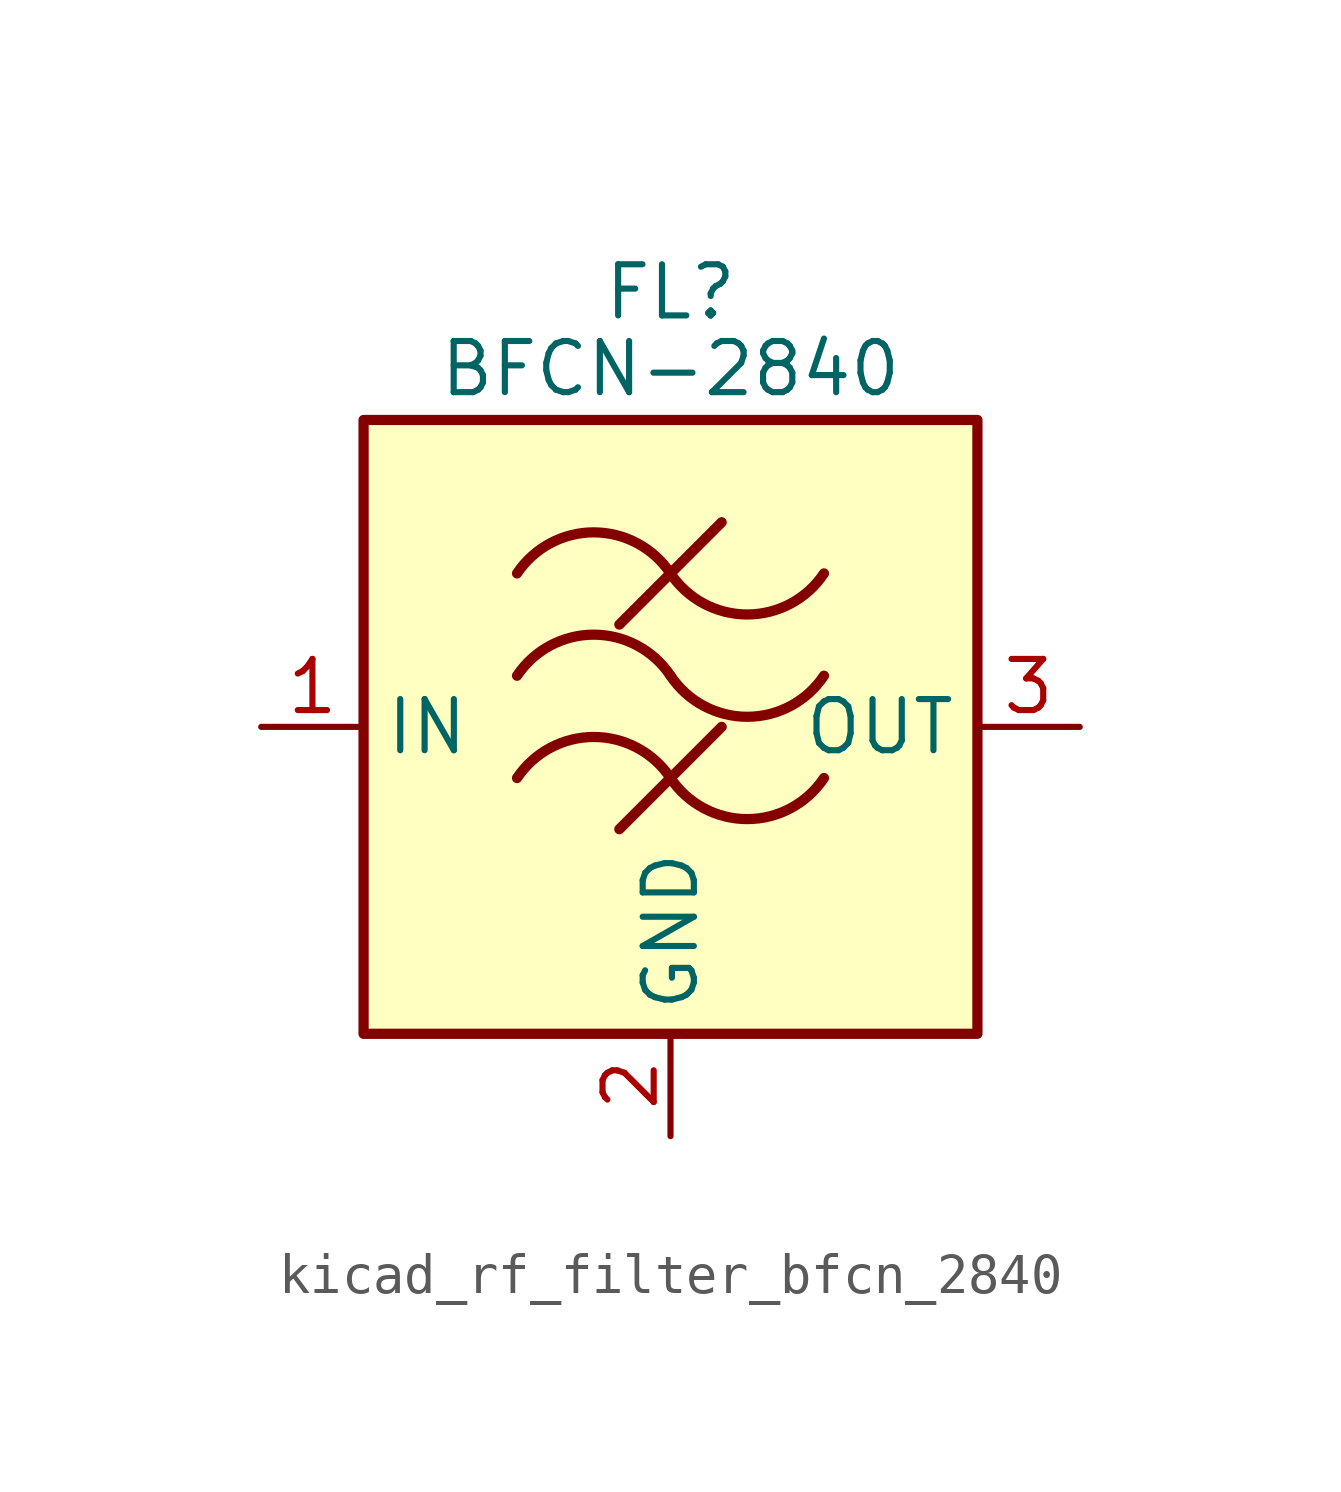
<source format=kicad_sym>
(kicad_symbol_lib
  (version 20220914)
  (generator kicad_symbol_editor)
  (symbol "kicad_rf_filter_bfcn_2840"
    (property "Reference" "FL"
      (at 0 10.795 0)
      (effects (font (size 1.27 1.27))))
    (property "Value" "BFCN-2840"
      (at 0 8.89 0)
      (effects (font (size 1.27 1.27))))
    (symbol "kicad_rf_filter_bfcn_2840_0_1"
      (rectangle (start -7.62 7.62) (end 7.62 -7.62) (stroke (width 0.254) (type default)) (fill (type background)))
      (arc (start 0 -1.27) (mid -1.905 -0.2505) (end -3.81 -1.27) (stroke (width 0.254) (type default)) (fill (type none)))
      (arc (start 0 -1.27) (mid 1.905 -2.2895) (end 3.81 -1.27) (stroke (width 0.254) (type default)) (fill (type none)))
      (polyline (pts (xy -1.27 -2.54) (xy 1.27 0)) (stroke (width 0.254) (type default)) (fill (type none)))
      (polyline (pts (xy -1.27 2.54) (xy 1.27 5.08)) (stroke (width 0.254) (type default)) (fill (type none)))
      (arc (start 0 1.27) (mid -1.905 2.2895) (end -3.81 1.27) (stroke (width 0.254) (type default)) (fill (type none)))
      (arc (start 0 1.27) (mid 1.905 0.2505) (end 3.81 1.27) (stroke (width 0.254) (type default)) (fill (type none)))
      (arc (start 0 3.81) (mid -1.905 4.8295) (end -3.81 3.81) (stroke (width 0.254) (type default)) (fill (type none)))
      (arc (start 0 3.81) (mid 1.905 2.7905) (end 3.81 3.81) (stroke (width 0.254) (type default)) (fill (type none))))
    (symbol "kicad_rf_filter_bfcn_2840_1_1"
      (pin passive line (at -10.16 0 0) (length 2.54) (name "IN" (effects (font (size 1.27 1.27)))) (number "1" (effects (font (size 1.27 1.27)))))
      (pin passive line (at 0 -10.16 90) (length 2.54) (name "GND" (effects (font (size 1.27 1.27)))) (number "2" (effects (font (size 1.27 1.27)))))
      (pin passive line (at 10.16 0 180) (length 2.54) (name "OUT" (effects (font (size 1.27 1.27)))) (number "3" (effects (font (size 1.27 1.27)))))
      (pin passive line (at 0 -10.16 90) (length 2.54) hide (name "GND" (effects (font (size 1.27 1.27)))) (number "4" (effects (font (size 1.27 1.27))))))))
</source>
